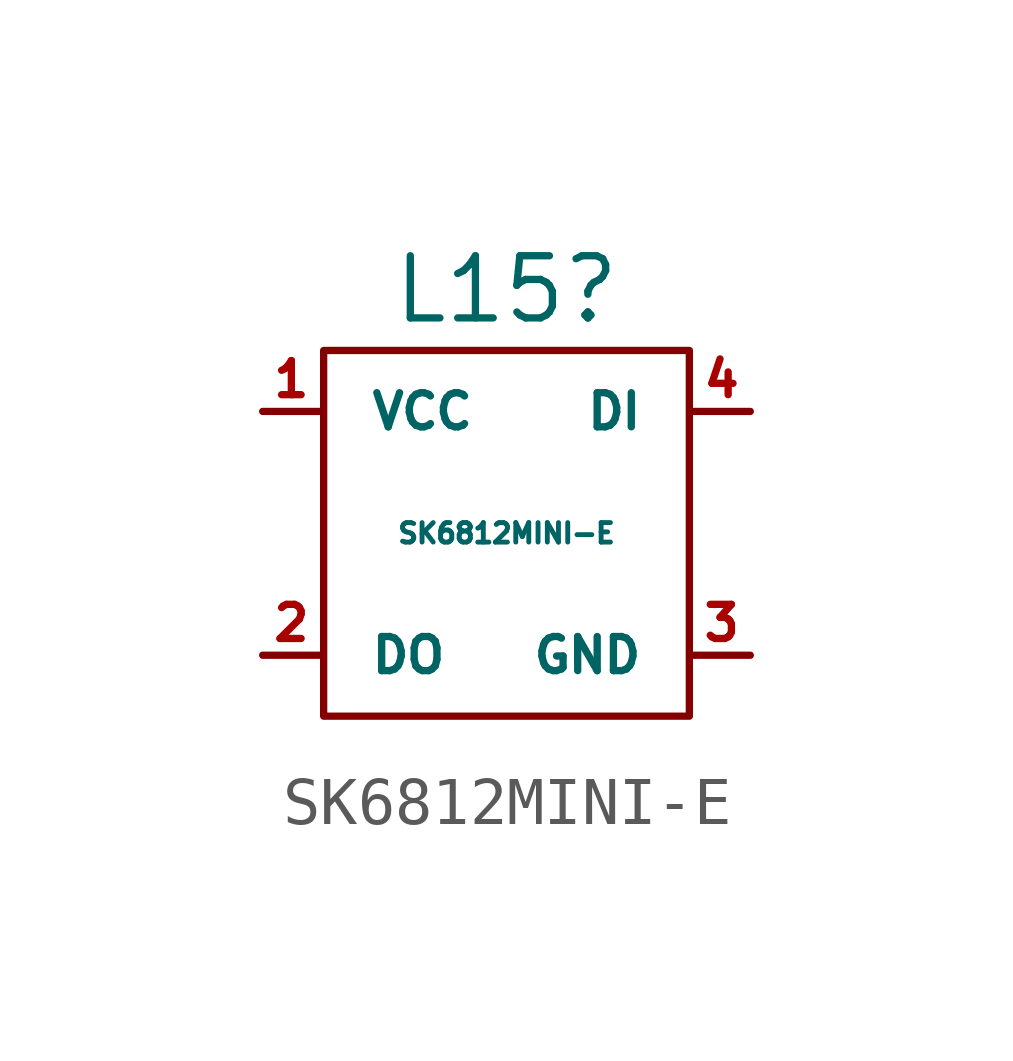
<source format=kicad_sym>
(kicad_symbol_lib
  (version 20211014)
  (generator kicad_symbol_editor)
  (symbol "SK6812MINI-E"
    (pin_names
      (offset 1.016))
    (property "Reference" "L15"
      (at 0 5.08 0)
      (effects (font (size 1.295 1.295))))
    (property "Value" "SK6812MINI-E"
      (at 0 0 0)
      (effects (font (size 0.406 0.406))))
    (symbol "SK6812MINI-E_0_1"
      (rectangle (start -3.81 3.81) (end 3.81 -3.81) (stroke (width 0) (type default) (color 0 0 0 0)) (fill (type none))))
    (symbol "SK6812MINI-E_1_1"
      (pin power_in line (at -5.08 2.54 0) (length 1.194) (name "VCC" (effects (font (size 0.711 0.711)))) (number "1" (effects (font (size 0.711 0.711)))))
      (pin output line (at -5.08 -2.54 0) (length 1.194) (name "DO" (effects (font (size 0.711 0.711)))) (number "2" (effects (font (size 0.711 0.711)))))
      (pin power_in line (at 5.08 -2.54 180) (length 1.194) (name "GND" (effects (font (size 0.711 0.711)))) (number "3" (effects (font (size 0.711 0.711)))))
      (pin input line (at 5.08 2.54 180) (length 1.194) (name "DI" (effects (font (size 0.711 0.711)))) (number "4" (effects (font (size 0.711 0.711))))))))
</source>
